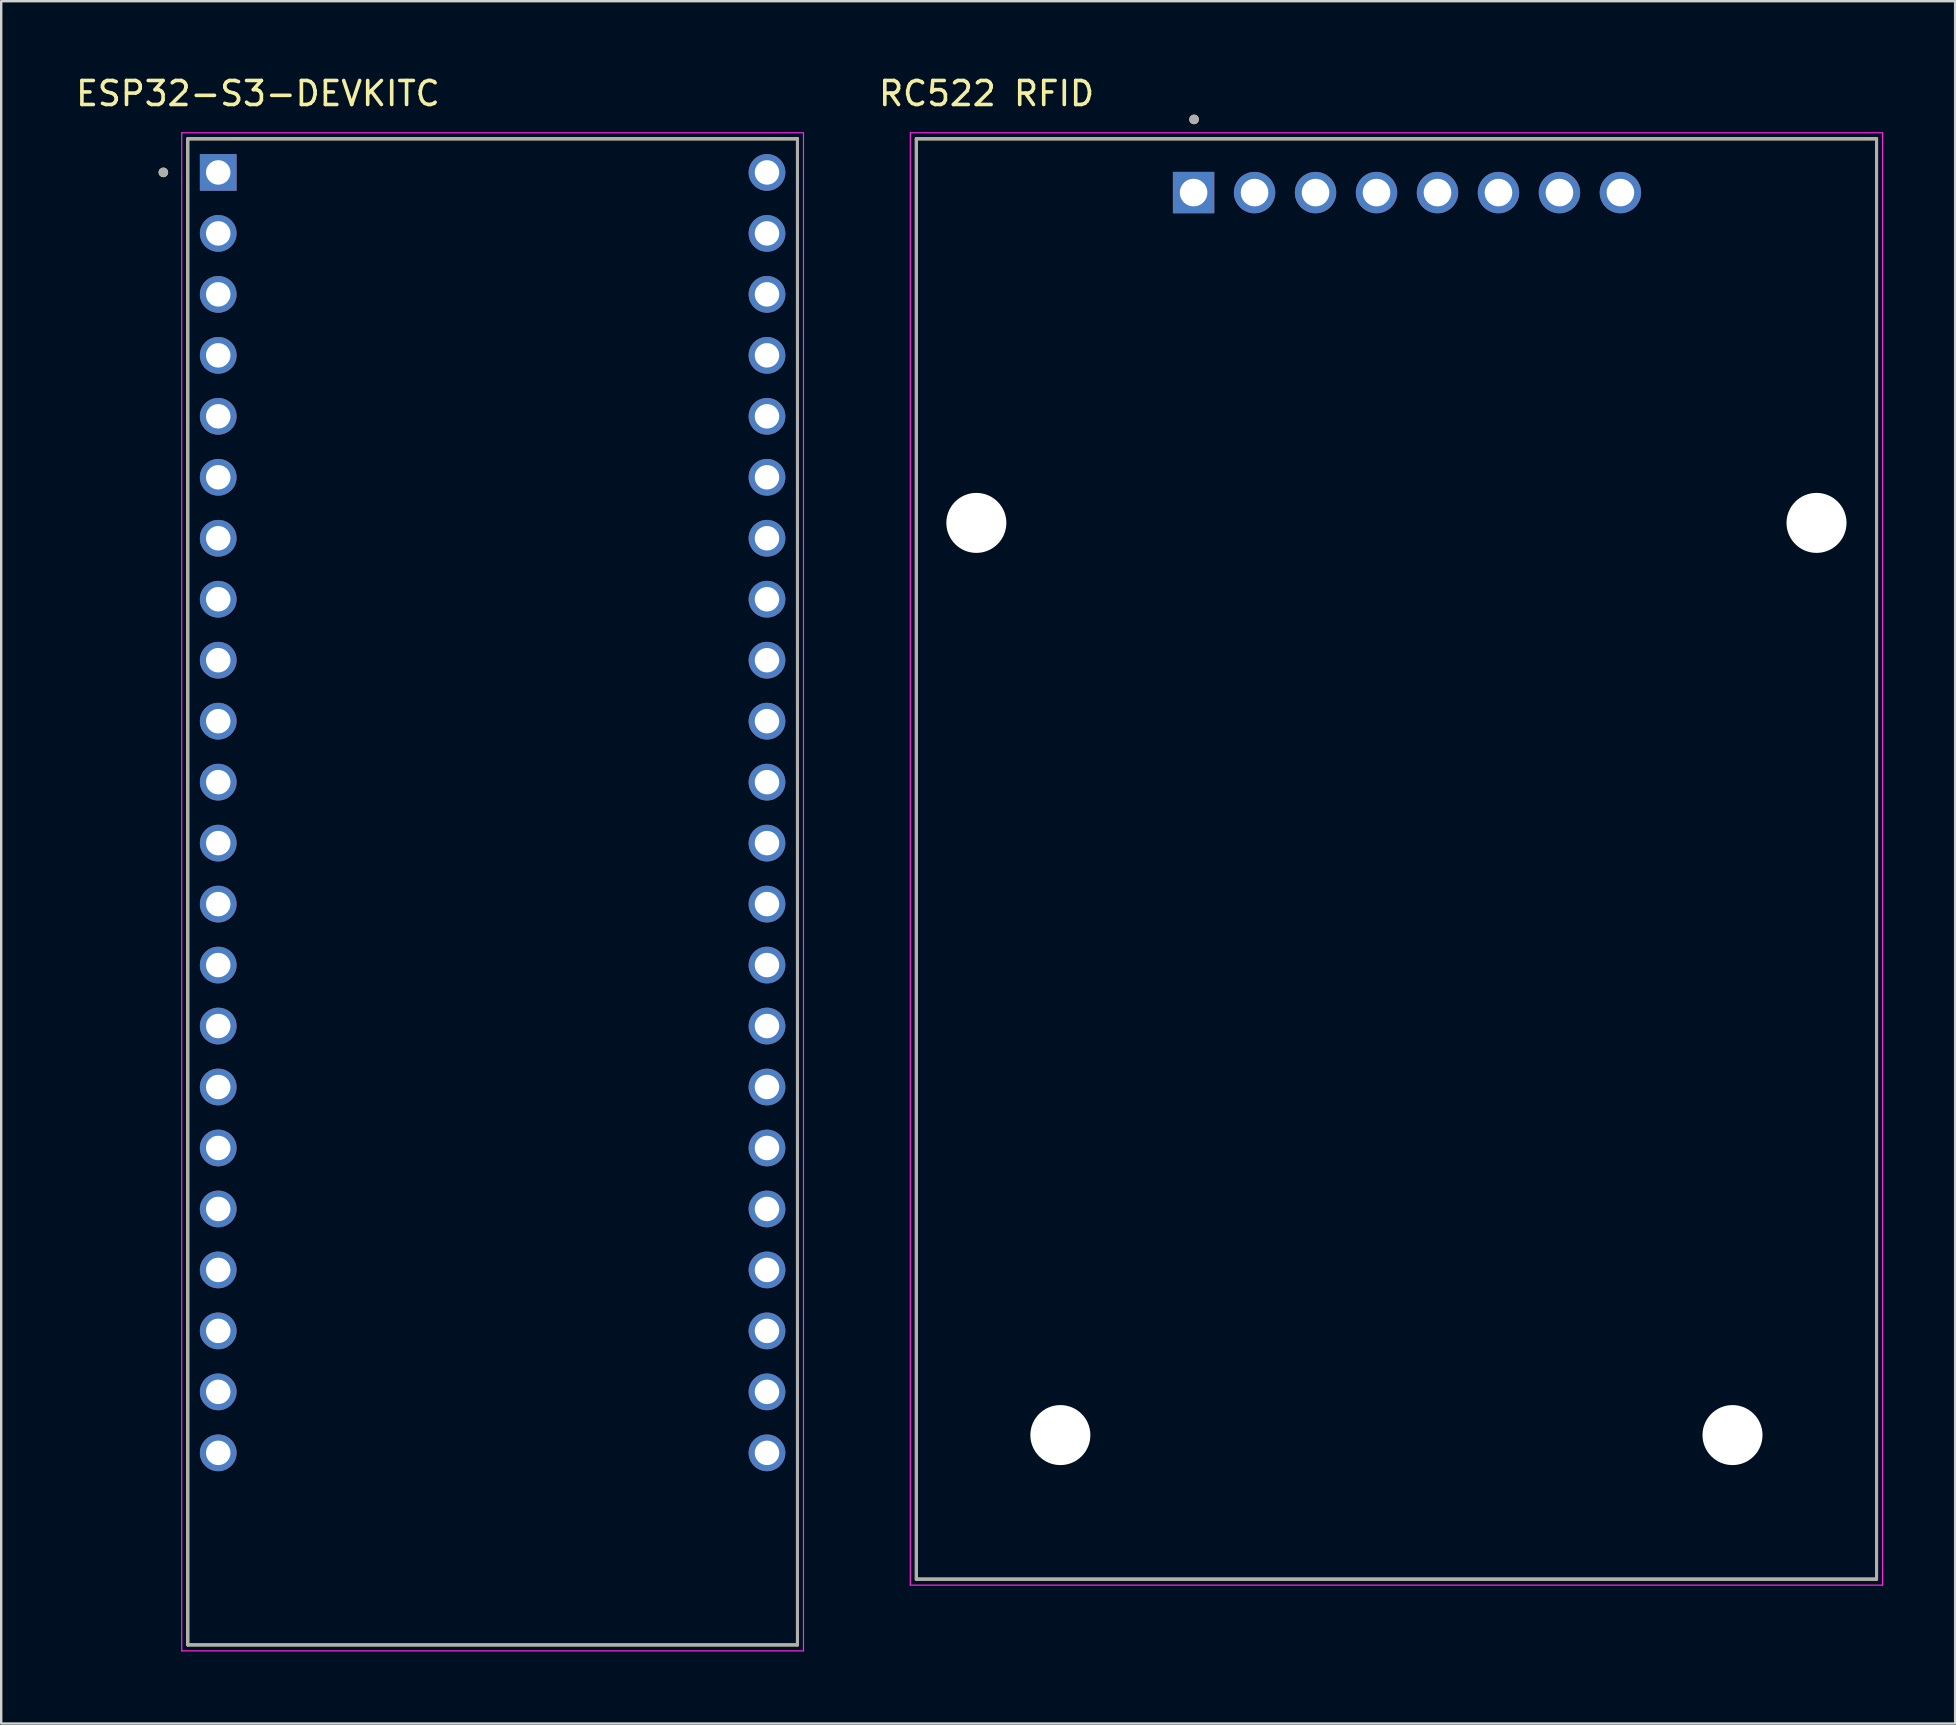
<source format=kicad_pcb>
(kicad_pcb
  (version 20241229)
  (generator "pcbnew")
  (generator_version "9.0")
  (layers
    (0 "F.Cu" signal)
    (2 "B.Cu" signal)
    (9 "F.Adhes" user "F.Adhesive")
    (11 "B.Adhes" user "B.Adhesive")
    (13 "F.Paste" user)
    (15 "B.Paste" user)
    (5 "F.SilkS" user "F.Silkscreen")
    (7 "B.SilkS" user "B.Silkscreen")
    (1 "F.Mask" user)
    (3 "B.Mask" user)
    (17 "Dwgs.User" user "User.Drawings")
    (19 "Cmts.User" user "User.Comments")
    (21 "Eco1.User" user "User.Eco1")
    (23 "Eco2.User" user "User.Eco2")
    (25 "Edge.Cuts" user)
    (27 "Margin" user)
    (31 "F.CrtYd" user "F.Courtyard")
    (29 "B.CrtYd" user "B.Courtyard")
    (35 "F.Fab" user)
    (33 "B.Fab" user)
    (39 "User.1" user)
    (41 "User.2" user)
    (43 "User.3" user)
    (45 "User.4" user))
  (footprint "ESP32-S3-DEVKITC"
    (layer "F.Cu")
    (at 17.471 34.103)
    (property "Reference" "ESP32-S3-DEVKITC" (at -9.775 -33.255 0) (layer "F.SilkS") (effects (font (size 1 1) (thickness 0.15))))
    (attr through_hole)
    (fp_line (start -12.7 -31.37) (end 12.7 -31.37) (stroke (width 0.127) (type solid)) (layer "F.SilkS"))
    (fp_line (start -12.7 31.37) (end -12.7 -31.37) (stroke (width 0.127) (type solid)) (layer "F.SilkS"))
    (fp_line (start 12.7 -31.37) (end 12.7 31.37) (stroke (width 0.127) (type solid)) (layer "F.SilkS"))
    (fp_line (start 12.7 31.37) (end -12.7 31.37) (stroke (width 0.127) (type solid)) (layer "F.SilkS"))
    (fp_circle (center -13.716 -29.972) (end -13.616 -29.972) (stroke (width 0.2) (type solid)) (fill no) (layer "F.SilkS"))
    (fp_line (start -12.95 -31.62) (end -12.95 31.62) (stroke (width 0.05) (type solid)) (layer "F.CrtYd"))
    (fp_line (start -12.95 31.62) (end 12.95 31.62) (stroke (width 0.05) (type solid)) (layer "F.CrtYd"))
    (fp_line (start 12.95 -31.62) (end -12.95 -31.62) (stroke (width 0.05) (type solid)) (layer "F.CrtYd"))
    (fp_line (start 12.95 31.62) (end 12.95 -31.62) (stroke (width 0.05) (type solid)) (layer "F.CrtYd"))
    (fp_line (start -12.7 -31.37) (end 12.7 -31.37) (stroke (width 0.127) (type solid)) (layer "F.Fab"))
    (fp_line (start -12.7 31.37) (end -12.7 -31.37) (stroke (width 0.127) (type solid)) (layer "F.Fab"))
    (fp_line (start 12.7 -31.37) (end 12.7 31.37) (stroke (width 0.127) (type solid)) (layer "F.Fab"))
    (fp_line (start 12.7 31.37) (end -12.7 31.37) (stroke (width 0.127) (type solid)) (layer "F.Fab"))
    (fp_circle (center -13.716 -29.972) (end -13.616 -29.972) (stroke (width 0.2) (type solid)) (fill no) (layer "F.Fab"))
    (pad "J1_1" thru_hole rect (at -11.43 -29.97) (size 1.53 1.53) (drill 1.02) (layers "*.Cu" "*.Mask"))
    (pad "J1_2" thru_hole circle (at -11.43 -27.43) (size 1.53 1.53) (drill 1.02) (layers "*.Cu" "*.Mask"))
    (pad "J1_3" thru_hole circle (at -11.43 -24.89) (size 1.53 1.53) (drill 1.02) (layers "*.Cu" "*.Mask"))
    (pad "J1_4" thru_hole circle (at -11.43 -22.35) (size 1.53 1.53) (drill 1.02) (layers "*.Cu" "*.Mask"))
    (pad "J1_5" thru_hole circle (at -11.43 -19.81) (size 1.53 1.53) (drill 1.02) (layers "*.Cu" "*.Mask"))
    (pad "J1_6" thru_hole circle (at -11.43 -17.27) (size 1.53 1.53) (drill 1.02) (layers "*.Cu" "*.Mask"))
    (pad "J1_7" thru_hole circle (at -11.43 -14.73) (size 1.53 1.53) (drill 1.02) (layers "*.Cu" "*.Mask"))
    (pad "J1_8" thru_hole circle (at -11.43 -12.19) (size 1.53 1.53) (drill 1.02) (layers "*.Cu" "*.Mask"))
    (pad "J1_9" thru_hole circle (at -11.43 -9.65) (size 1.53 1.53) (drill 1.02) (layers "*.Cu" "*.Mask"))
    (pad "J1_10" thru_hole circle (at -11.43 -7.11) (size 1.53 1.53) (drill 1.02) (layers "*.Cu" "*.Mask"))
    (pad "J1_11" thru_hole circle (at -11.43 -4.57) (size 1.53 1.53) (drill 1.02) (layers "*.Cu" "*.Mask"))
    (pad "J1_12" thru_hole circle (at -11.43 -2.03) (size 1.53 1.53) (drill 1.02) (layers "*.Cu" "*.Mask"))
    (pad "J1_13" thru_hole circle (at -11.43 0.51) (size 1.53 1.53) (drill 1.02) (layers "*.Cu" "*.Mask"))
    (pad "J1_14" thru_hole circle (at -11.43 3.05) (size 1.53 1.53) (drill 1.02) (layers "*.Cu" "*.Mask"))
    (pad "J1_15" thru_hole circle (at -11.43 5.59) (size 1.53 1.53) (drill 1.02) (layers "*.Cu" "*.Mask"))
    (pad "J1_16" thru_hole circle (at -11.43 8.13) (size 1.53 1.53) (drill 1.02) (layers "*.Cu" "*.Mask"))
    (pad "J1_17" thru_hole circle (at -11.43 10.67) (size 1.53 1.53) (drill 1.02) (layers "*.Cu" "*.Mask"))
    (pad "J1_18" thru_hole circle (at -11.43 13.21) (size 1.53 1.53) (drill 1.02) (layers "*.Cu" "*.Mask"))
    (pad "J1_19" thru_hole circle (at -11.43 15.75) (size 1.53 1.53) (drill 1.02) (layers "*.Cu" "*.Mask"))
    (pad "J1_20" thru_hole circle (at -11.43 18.29) (size 1.53 1.53) (drill 1.02) (layers "*.Cu" "*.Mask"))
    (pad "J1_21" thru_hole circle (at -11.43 20.83) (size 1.53 1.53) (drill 1.02) (layers "*.Cu" "*.Mask"))
    (pad "J1_22" thru_hole circle (at -11.43 23.37) (size 1.53 1.53) (drill 1.02) (layers "*.Cu" "*.Mask"))
    (pad "J3_1" thru_hole circle (at 11.43 -29.97) (size 1.53 1.53) (drill 1.02) (layers "*.Cu" "*.Mask"))
    (pad "J3_2" thru_hole circle (at 11.43 -27.43) (size 1.53 1.53) (drill 1.02) (layers "*.Cu" "*.Mask"))
    (pad "J3_3" thru_hole circle (at 11.43 -24.89) (size 1.53 1.53) (drill 1.02) (layers "*.Cu" "*.Mask"))
    (pad "J3_4" thru_hole circle (at 11.43 -22.35) (size 1.53 1.53) (drill 1.02) (layers "*.Cu" "*.Mask"))
    (pad "J3_5" thru_hole circle (at 11.43 -19.81) (size 1.53 1.53) (drill 1.02) (layers "*.Cu" "*.Mask"))
    (pad "J3_6" thru_hole circle (at 11.43 -17.27) (size 1.53 1.53) (drill 1.02) (layers "*.Cu" "*.Mask"))
    (pad "J3_7" thru_hole circle (at 11.43 -14.73) (size 1.53 1.53) (drill 1.02) (layers "*.Cu" "*.Mask"))
    (pad "J3_8" thru_hole circle (at 11.43 -12.19) (size 1.53 1.53) (drill 1.02) (layers "*.Cu" "*.Mask"))
    (pad "J3_9" thru_hole circle (at 11.43 -9.65) (size 1.53 1.53) (drill 1.02) (layers "*.Cu" "*.Mask"))
    (pad "J3_10" thru_hole circle (at 11.43 -7.11) (size 1.53 1.53) (drill 1.02) (layers "*.Cu" "*.Mask"))
    (pad "J3_11" thru_hole circle (at 11.43 -4.57) (size 1.53 1.53) (drill 1.02) (layers "*.Cu" "*.Mask"))
    (pad "J3_12" thru_hole circle (at 11.43 -2.03) (size 1.53 1.53) (drill 1.02) (layers "*.Cu" "*.Mask"))
    (pad "J3_13" thru_hole circle (at 11.43 0.51) (size 1.53 1.53) (drill 1.02) (layers "*.Cu" "*.Mask"))
    (pad "J3_14" thru_hole circle (at 11.43 3.05) (size 1.53 1.53) (drill 1.02) (layers "*.Cu" "*.Mask"))
    (pad "J3_15" thru_hole circle (at 11.43 5.59) (size 1.53 1.53) (drill 1.02) (layers "*.Cu" "*.Mask"))
    (pad "J3_16" thru_hole circle (at 11.43 8.13) (size 1.53 1.53) (drill 1.02) (layers "*.Cu" "*.Mask"))
    (pad "J3_17" thru_hole circle (at 11.43 10.67) (size 1.53 1.53) (drill 1.02) (layers "*.Cu" "*.Mask"))
    (pad "J3_18" thru_hole circle (at 11.43 13.21) (size 1.53 1.53) (drill 1.02) (layers "*.Cu" "*.Mask"))
    (pad "J3_19" thru_hole circle (at 11.43 15.75) (size 1.53 1.53) (drill 1.02) (layers "*.Cu" "*.Mask"))
    (pad "J3_20" thru_hole circle (at 11.43 18.29) (size 1.53 1.53) (drill 1.02) (layers "*.Cu" "*.Mask"))
    (pad "J3_21" thru_hole circle (at 11.43 20.83) (size 1.53 1.53) (drill 1.02) (layers "*.Cu" "*.Mask"))
    (pad "J3_22" thru_hole circle (at 11.43 23.37) (size 1.53 1.53) (drill 1.02) (layers "*.Cu" "*.Mask")))
  (footprint "RC522 RFID"
    (layer "F.Cu")
    (at 55.123 32.733)
    (property "Reference" "RC522 RFID" (at -17.075 -31.885 0) (layer "F.SilkS") (effects (font (size 1 1) (thickness 0.15))))
    (attr through_hole)
    (fp_line (start -20 -30) (end 20 -30) (stroke (width 0.127) (type solid)) (layer "F.SilkS"))
    (fp_line (start -20 30) (end -20 -30) (stroke (width 0.127) (type solid)) (layer "F.SilkS"))
    (fp_line (start 20 -30) (end 20 30) (stroke (width 0.127) (type solid)) (layer "F.SilkS"))
    (fp_line (start 20 30) (end -20 30) (stroke (width 0.127) (type solid)) (layer "F.SilkS"))
    (fp_circle (center -8.431 -30.808) (end -8.331 -30.808) (stroke (width 0.2) (type solid)) (fill no) (layer "F.SilkS"))
    (fp_line (start -20.25 -30.25) (end -20.25 30.25) (stroke (width 0.05) (type solid)) (layer "F.CrtYd"))
    (fp_line (start -20.25 30.25) (end 20.25 30.25) (stroke (width 0.05) (type solid)) (layer "F.CrtYd"))
    (fp_line (start 20.25 -30.25) (end -20.25 -30.25) (stroke (width 0.05) (type solid)) (layer "F.CrtYd"))
    (fp_line (start 20.25 30.25) (end 20.25 -30.25) (stroke (width 0.05) (type solid)) (layer "F.CrtYd"))
    (fp_line (start -20 -30) (end 20 -30) (stroke (width 0.127) (type solid)) (layer "F.Fab"))
    (fp_line (start -20 30) (end -20 -30) (stroke (width 0.127) (type solid)) (layer "F.Fab"))
    (fp_line (start 20 -30) (end 20 30) (stroke (width 0.127) (type solid)) (layer "F.Fab"))
    (fp_line (start 20 30) (end -20 30) (stroke (width 0.127) (type solid)) (layer "F.Fab"))
    (fp_circle (center -8.431 -30.808) (end -8.331 -30.808) (stroke (width 0.2) (type solid)) (fill no) (layer "F.Fab"))
    (pad "" np_thru_hole circle (at -17.5 -14) (size 2.5 2.5) (drill 2.5) (layers "*.Cu" "*.Mask"))
    (pad "" np_thru_hole circle (at -14 24) (size 2.5 2.5) (drill 2.5) (layers "*.Cu" "*.Mask"))
    (pad "" np_thru_hole circle (at 14 24) (size 2.5 2.5) (drill 2.5) (layers "*.Cu" "*.Mask"))
    (pad "" np_thru_hole circle (at 17.5 -14) (size 2.5 2.5) (drill 2.5) (layers "*.Cu" "*.Mask"))
    (pad "1" thru_hole rect (at -8.45 -27.76) (size 1.725 1.725) (drill 1.15) (layers "*.Cu" "*.Mask"))
    (pad "2" thru_hole circle (at -5.91 -27.76) (size 1.725 1.725) (drill 1.15) (layers "*.Cu" "*.Mask"))
    (pad "3" thru_hole circle (at -3.37 -27.76) (size 1.725 1.725) (drill 1.15) (layers "*.Cu" "*.Mask"))
    (pad "4" thru_hole circle (at -0.83 -27.76) (size 1.725 1.725) (drill 1.15) (layers "*.Cu" "*.Mask"))
    (pad "5" thru_hole circle (at 1.71 -27.76) (size 1.725 1.725) (drill 1.15) (layers "*.Cu" "*.Mask"))
    (pad "6" thru_hole circle (at 4.25 -27.76) (size 1.725 1.725) (drill 1.15) (layers "*.Cu" "*.Mask"))
    (pad "7" thru_hole circle (at 6.79 -27.76) (size 1.725 1.725) (drill 1.15) (layers "*.Cu" "*.Mask"))
    (pad "8" thru_hole circle (at 9.33 -27.76) (size 1.725 1.725) (drill 1.15) (layers "*.Cu" "*.Mask")))
  (gr_rect
    (start -3 -3)
    (end 78.398 68.748)
    (stroke (width 0.1) (type default))
    (fill no)
    (layer "Edge.Cuts")))
</source>
